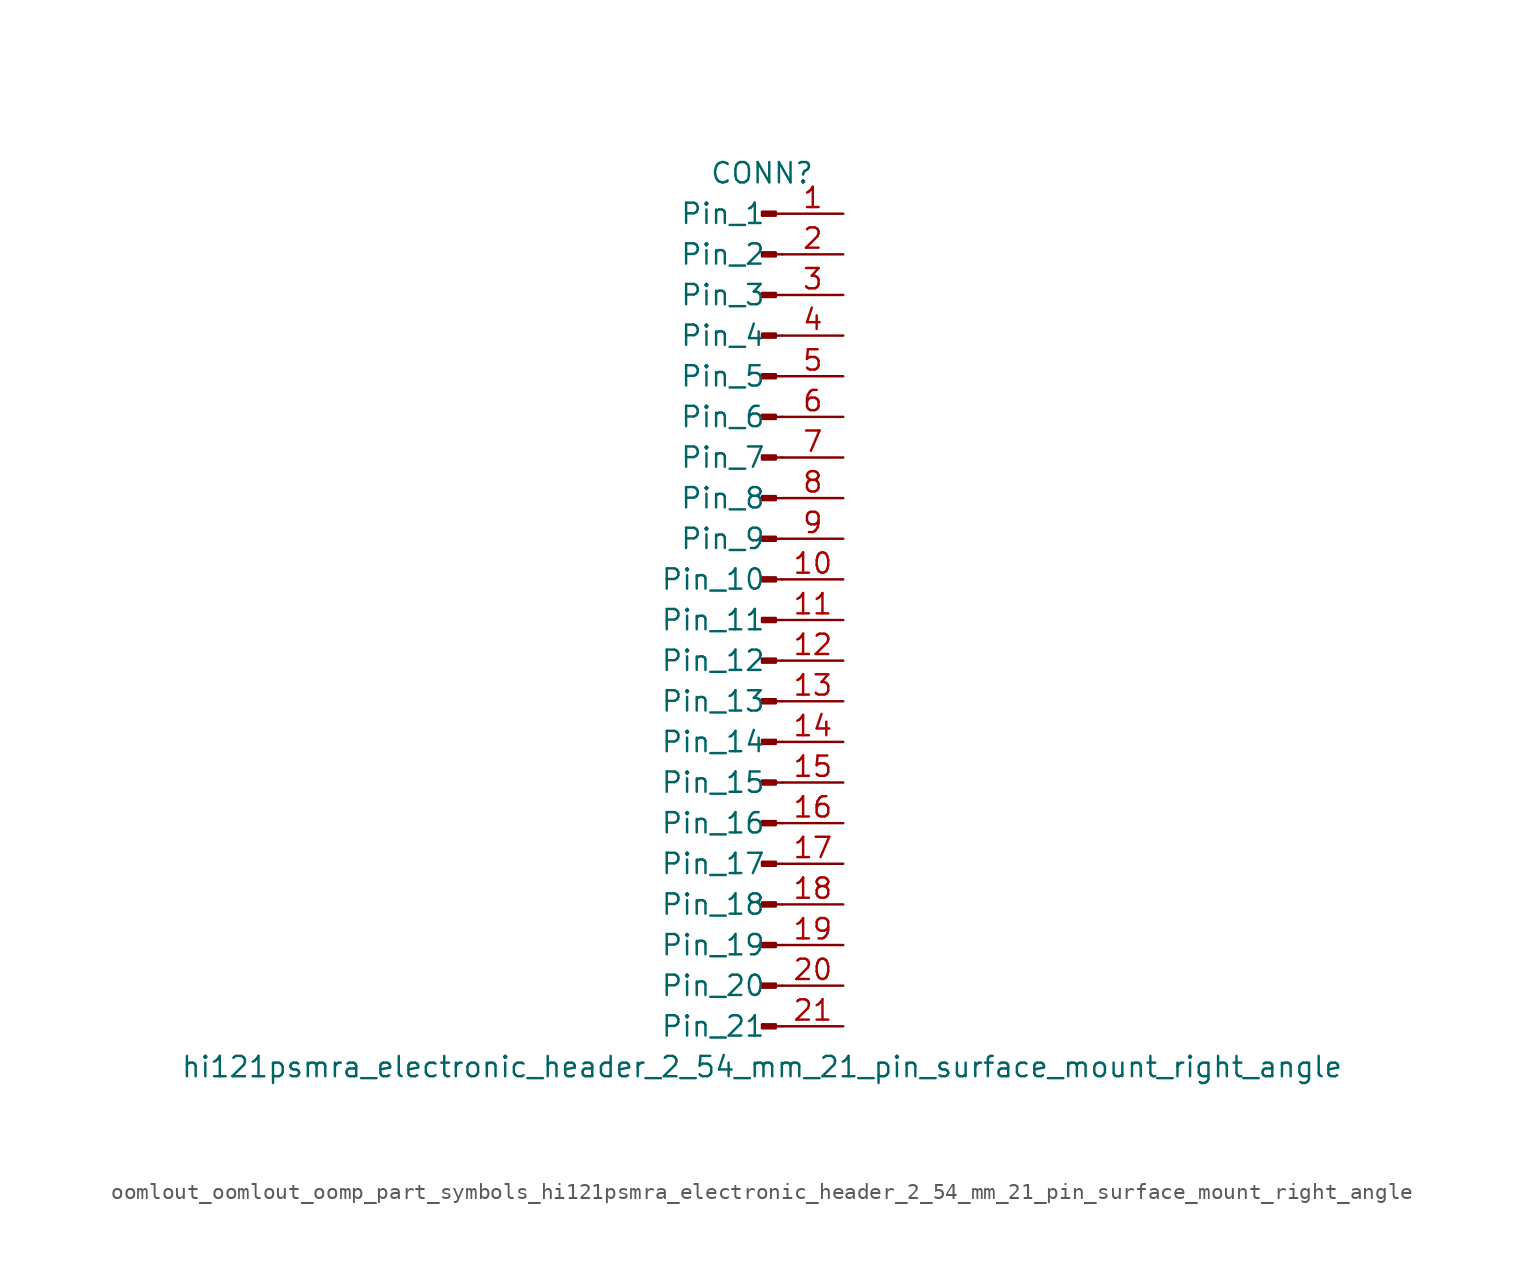
<source format=kicad_sym>
(kicad_symbol_lib
  (version 20220914)
  (generator kicad_symbol_editor)
  (symbol "oomlout_oomlout_oomp_part_symbols_hi121psmra_electronic_header_2_54_mm_21_pin_surface_mount_right_angle"
    (pin_names
      (offset 1.016))
    (property "Reference" "CONN"
      (at 0 27.94 0)
      (effects (font (size 1.27 1.27))))
    (property "Value" "hi121psmra_electronic_header_2_54_mm_21_pin_surface_mount_right_angle"
      (at 0 -27.94 0)
      (effects (font (size 1.27 1.27))))
    (property "ki_locked" ""
      (at 0 0 0)
      (effects (font (size 1.27 1.27))))
    (symbol "oomlout_oomlout_oomp_part_symbols_hi121psmra_electronic_header_2_54_mm_21_pin_surface_mount_right_angle_1_1"
      (polyline (pts (xy 1.27 -25.4) (xy 0.864 -25.4)) (stroke (width 0.152) (type default)) (fill (type none)))
      (polyline (pts (xy 1.27 -22.86) (xy 0.864 -22.86)) (stroke (width 0.152) (type default)) (fill (type none)))
      (polyline (pts (xy 1.27 -20.32) (xy 0.864 -20.32)) (stroke (width 0.152) (type default)) (fill (type none)))
      (polyline (pts (xy 1.27 -17.78) (xy 0.864 -17.78)) (stroke (width 0.152) (type default)) (fill (type none)))
      (polyline (pts (xy 1.27 -15.24) (xy 0.864 -15.24)) (stroke (width 0.152) (type default)) (fill (type none)))
      (polyline (pts (xy 1.27 -12.7) (xy 0.864 -12.7)) (stroke (width 0.152) (type default)) (fill (type none)))
      (polyline (pts (xy 1.27 -10.16) (xy 0.864 -10.16)) (stroke (width 0.152) (type default)) (fill (type none)))
      (polyline (pts (xy 1.27 -7.62) (xy 0.864 -7.62)) (stroke (width 0.152) (type default)) (fill (type none)))
      (polyline (pts (xy 1.27 -5.08) (xy 0.864 -5.08)) (stroke (width 0.152) (type default)) (fill (type none)))
      (polyline (pts (xy 1.27 -2.54) (xy 0.864 -2.54)) (stroke (width 0.152) (type default)) (fill (type none)))
      (polyline (pts (xy 1.27 0) (xy 0.864 0)) (stroke (width 0.152) (type default)) (fill (type none)))
      (polyline (pts (xy 1.27 2.54) (xy 0.864 2.54)) (stroke (width 0.152) (type default)) (fill (type none)))
      (polyline (pts (xy 1.27 5.08) (xy 0.864 5.08)) (stroke (width 0.152) (type default)) (fill (type none)))
      (polyline (pts (xy 1.27 7.62) (xy 0.864 7.62)) (stroke (width 0.152) (type default)) (fill (type none)))
      (polyline (pts (xy 1.27 10.16) (xy 0.864 10.16)) (stroke (width 0.152) (type default)) (fill (type none)))
      (polyline (pts (xy 1.27 12.7) (xy 0.864 12.7)) (stroke (width 0.152) (type default)) (fill (type none)))
      (polyline (pts (xy 1.27 15.24) (xy 0.864 15.24)) (stroke (width 0.152) (type default)) (fill (type none)))
      (polyline (pts (xy 1.27 17.78) (xy 0.864 17.78)) (stroke (width 0.152) (type default)) (fill (type none)))
      (polyline (pts (xy 1.27 20.32) (xy 0.864 20.32)) (stroke (width 0.152) (type default)) (fill (type none)))
      (polyline (pts (xy 1.27 22.86) (xy 0.864 22.86)) (stroke (width 0.152) (type default)) (fill (type none)))
      (polyline (pts (xy 1.27 25.4) (xy 0.864 25.4)) (stroke (width 0.152) (type default)) (fill (type none)))
      (rectangle (start 0.864 -25.273) (end 0 -25.527) (stroke (width 0.152) (type default)) (fill (type outline)))
      (rectangle (start 0.864 -22.733) (end 0 -22.987) (stroke (width 0.152) (type default)) (fill (type outline)))
      (rectangle (start 0.864 -20.193) (end 0 -20.447) (stroke (width 0.152) (type default)) (fill (type outline)))
      (rectangle (start 0.864 -17.653) (end 0 -17.907) (stroke (width 0.152) (type default)) (fill (type outline)))
      (rectangle (start 0.864 -15.113) (end 0 -15.367) (stroke (width 0.152) (type default)) (fill (type outline)))
      (rectangle (start 0.864 -12.573) (end 0 -12.827) (stroke (width 0.152) (type default)) (fill (type outline)))
      (rectangle (start 0.864 -10.033) (end 0 -10.287) (stroke (width 0.152) (type default)) (fill (type outline)))
      (rectangle (start 0.864 -7.493) (end 0 -7.747) (stroke (width 0.152) (type default)) (fill (type outline)))
      (rectangle (start 0.864 -4.953) (end 0 -5.207) (stroke (width 0.152) (type default)) (fill (type outline)))
      (rectangle (start 0.864 -2.413) (end 0 -2.667) (stroke (width 0.152) (type default)) (fill (type outline)))
      (rectangle (start 0.864 0.127) (end 0 -0.127) (stroke (width 0.152) (type default)) (fill (type outline)))
      (rectangle (start 0.864 2.667) (end 0 2.413) (stroke (width 0.152) (type default)) (fill (type outline)))
      (rectangle (start 0.864 5.207) (end 0 4.953) (stroke (width 0.152) (type default)) (fill (type outline)))
      (rectangle (start 0.864 7.747) (end 0 7.493) (stroke (width 0.152) (type default)) (fill (type outline)))
      (rectangle (start 0.864 10.287) (end 0 10.033) (stroke (width 0.152) (type default)) (fill (type outline)))
      (rectangle (start 0.864 12.827) (end 0 12.573) (stroke (width 0.152) (type default)) (fill (type outline)))
      (rectangle (start 0.864 15.367) (end 0 15.113) (stroke (width 0.152) (type default)) (fill (type outline)))
      (rectangle (start 0.864 17.907) (end 0 17.653) (stroke (width 0.152) (type default)) (fill (type outline)))
      (rectangle (start 0.864 20.447) (end 0 20.193) (stroke (width 0.152) (type default)) (fill (type outline)))
      (rectangle (start 0.864 22.987) (end 0 22.733) (stroke (width 0.152) (type default)) (fill (type outline)))
      (rectangle (start 0.864 25.527) (end 0 25.273) (stroke (width 0.152) (type default)) (fill (type outline)))
      (pin passive line (at 5.08 25.4 180) (length 3.81) (name "Pin_1" (effects (font (size 1.27 1.27)))) (number "1" (effects (font (size 1.27 1.27)))))
      (pin passive line (at 5.08 2.54 180) (length 3.81) (name "Pin_10" (effects (font (size 1.27 1.27)))) (number "10" (effects (font (size 1.27 1.27)))))
      (pin passive line (at 5.08 0 180) (length 3.81) (name "Pin_11" (effects (font (size 1.27 1.27)))) (number "11" (effects (font (size 1.27 1.27)))))
      (pin passive line (at 5.08 -2.54 180) (length 3.81) (name "Pin_12" (effects (font (size 1.27 1.27)))) (number "12" (effects (font (size 1.27 1.27)))))
      (pin passive line (at 5.08 -5.08 180) (length 3.81) (name "Pin_13" (effects (font (size 1.27 1.27)))) (number "13" (effects (font (size 1.27 1.27)))))
      (pin passive line (at 5.08 -7.62 180) (length 3.81) (name "Pin_14" (effects (font (size 1.27 1.27)))) (number "14" (effects (font (size 1.27 1.27)))))
      (pin passive line (at 5.08 -10.16 180) (length 3.81) (name "Pin_15" (effects (font (size 1.27 1.27)))) (number "15" (effects (font (size 1.27 1.27)))))
      (pin passive line (at 5.08 -12.7 180) (length 3.81) (name "Pin_16" (effects (font (size 1.27 1.27)))) (number "16" (effects (font (size 1.27 1.27)))))
      (pin passive line (at 5.08 -15.24 180) (length 3.81) (name "Pin_17" (effects (font (size 1.27 1.27)))) (number "17" (effects (font (size 1.27 1.27)))))
      (pin passive line (at 5.08 -17.78 180) (length 3.81) (name "Pin_18" (effects (font (size 1.27 1.27)))) (number "18" (effects (font (size 1.27 1.27)))))
      (pin passive line (at 5.08 -20.32 180) (length 3.81) (name "Pin_19" (effects (font (size 1.27 1.27)))) (number "19" (effects (font (size 1.27 1.27)))))
      (pin passive line (at 5.08 22.86 180) (length 3.81) (name "Pin_2" (effects (font (size 1.27 1.27)))) (number "2" (effects (font (size 1.27 1.27)))))
      (pin passive line (at 5.08 -22.86 180) (length 3.81) (name "Pin_20" (effects (font (size 1.27 1.27)))) (number "20" (effects (font (size 1.27 1.27)))))
      (pin passive line (at 5.08 -25.4 180) (length 3.81) (name "Pin_21" (effects (font (size 1.27 1.27)))) (number "21" (effects (font (size 1.27 1.27)))))
      (pin passive line (at 5.08 20.32 180) (length 3.81) (name "Pin_3" (effects (font (size 1.27 1.27)))) (number "3" (effects (font (size 1.27 1.27)))))
      (pin passive line (at 5.08 17.78 180) (length 3.81) (name "Pin_4" (effects (font (size 1.27 1.27)))) (number "4" (effects (font (size 1.27 1.27)))))
      (pin passive line (at 5.08 15.24 180) (length 3.81) (name "Pin_5" (effects (font (size 1.27 1.27)))) (number "5" (effects (font (size 1.27 1.27)))))
      (pin passive line (at 5.08 12.7 180) (length 3.81) (name "Pin_6" (effects (font (size 1.27 1.27)))) (number "6" (effects (font (size 1.27 1.27)))))
      (pin passive line (at 5.08 10.16 180) (length 3.81) (name "Pin_7" (effects (font (size 1.27 1.27)))) (number "7" (effects (font (size 1.27 1.27)))))
      (pin passive line (at 5.08 7.62 180) (length 3.81) (name "Pin_8" (effects (font (size 1.27 1.27)))) (number "8" (effects (font (size 1.27 1.27)))))
      (pin passive line (at 5.08 5.08 180) (length 3.81) (name "Pin_9" (effects (font (size 1.27 1.27)))) (number "9" (effects (font (size 1.27 1.27))))))))
</source>
